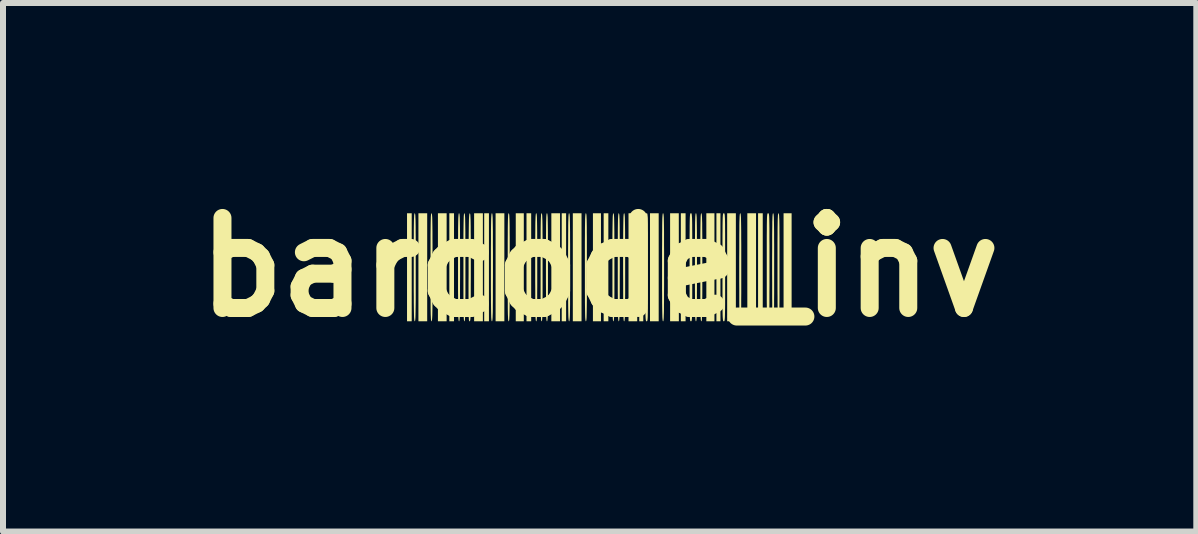
<source format=kicad_pcb>
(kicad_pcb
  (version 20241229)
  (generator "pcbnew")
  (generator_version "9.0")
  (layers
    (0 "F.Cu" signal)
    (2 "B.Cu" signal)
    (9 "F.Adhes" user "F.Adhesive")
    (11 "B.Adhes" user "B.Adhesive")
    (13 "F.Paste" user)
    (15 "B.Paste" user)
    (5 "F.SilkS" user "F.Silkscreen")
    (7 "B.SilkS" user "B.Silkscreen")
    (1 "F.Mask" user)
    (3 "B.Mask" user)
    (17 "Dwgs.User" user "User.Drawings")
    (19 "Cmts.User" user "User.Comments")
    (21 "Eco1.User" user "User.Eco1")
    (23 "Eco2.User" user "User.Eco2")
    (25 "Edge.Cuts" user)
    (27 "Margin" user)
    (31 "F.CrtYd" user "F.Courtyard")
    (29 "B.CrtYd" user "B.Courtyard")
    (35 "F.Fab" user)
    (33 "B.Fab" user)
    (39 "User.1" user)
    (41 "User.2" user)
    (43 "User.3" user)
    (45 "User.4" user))
  (footprint "barcode_inv"
    (layer "F.Cu")
    (at 6.943 1.404)
    (property "Reference" "barcode_inv" (at 0 0 0) (layer "F.SilkS") (effects (font (size 1.5 1.5) (thickness 0.3))))
    (attr board_only exclude_from_pos_files exclude_from_bom)
    (fp_poly (pts (xy -3.132 0) (xy -3.132 0.9) (xy -3.171 0.9) (xy -3.21 0.9) (xy -3.21 0) (xy -3.21 -0.9) (xy -3.171 -0.9) (xy -3.132 -0.9)) (stroke (width 0) (type solid)) (fill yes) (layer "F.SilkS"))
    (fp_poly (pts (xy -2.874 0) (xy -2.874 0.9) (xy -2.947 0.9) (xy -3.02 0.9) (xy -3.02 0) (xy -3.02 -0.9) (xy -2.947 -0.9) (xy -2.874 -0.9)) (stroke (width 0) (type solid)) (fill yes) (layer "F.SilkS"))
    (fp_poly (pts (xy -2.55 0) (xy -2.55 0.9) (xy -2.623 0.9) (xy -2.695 0.9) (xy -2.695 0) (xy -2.695 -0.9) (xy -2.623 -0.9) (xy -2.55 -0.9)) (stroke (width 0) (type solid)) (fill yes) (layer "F.SilkS"))
    (fp_poly (pts (xy -2.427 0) (xy -2.427 0.9) (xy -2.466 0.9) (xy -2.505 0.9) (xy -2.505 0) (xy -2.505 -0.9) (xy -2.466 -0.9) (xy -2.427 -0.9)) (stroke (width 0) (type solid)) (fill yes) (layer "F.SilkS"))
    (fp_poly (pts (xy -1.946 0) (xy -1.946 0.9) (xy -2.019 0.9) (xy -2.092 0.9) (xy -2.092 0) (xy -2.092 -0.9) (xy -2.019 -0.9) (xy -1.946 -0.9)) (stroke (width 0) (type solid)) (fill yes) (layer "F.SilkS"))
    (fp_poly (pts (xy -1.845 0) (xy -1.845 0.9) (xy -1.885 0.9) (xy -1.924 0.9) (xy -1.924 0) (xy -1.924 -0.9) (xy -1.885 -0.9) (xy -1.845 -0.9)) (stroke (width 0) (type solid)) (fill yes) (layer "F.SilkS"))
    (fp_poly (pts (xy -1.588 0) (xy -1.588 0.9) (xy -1.661 0.9) (xy -1.734 0.9) (xy -1.734 0) (xy -1.734 -0.9) (xy -1.661 -0.9) (xy -1.588 -0.9)) (stroke (width 0) (type solid)) (fill yes) (layer "F.SilkS"))
    (fp_poly (pts (xy -1.264 0) (xy -1.264 0.9) (xy -1.331 0.9) (xy -1.398 0.9) (xy -1.398 0) (xy -1.398 -0.9) (xy -1.331 -0.9) (xy -1.264 -0.9)) (stroke (width 0) (type solid)) (fill yes) (layer "F.SilkS"))
    (fp_poly (pts (xy -1.141 0) (xy -1.141 0.9) (xy -1.18 0.9) (xy -1.219 0.9) (xy -1.219 0) (xy -1.219 -0.9) (xy -1.18 -0.9) (xy -1.141 -0.9)) (stroke (width 0) (type solid)) (fill yes) (layer "F.SilkS"))
    (fp_poly (pts (xy -0.66 0) (xy -0.66 0.9) (xy -0.733 0.9) (xy -0.805 0.9) (xy -0.805 0) (xy -0.805 -0.9) (xy -0.733 -0.9) (xy -0.66 -0.9)) (stroke (width 0) (type solid)) (fill yes) (layer "F.SilkS"))
    (fp_poly (pts (xy -0.559 0) (xy -0.559 0.9) (xy -0.596 0.9) (xy -0.632 0.9) (xy -0.632 0) (xy -0.632 -0.9) (xy -0.596 -0.9) (xy -0.559 -0.9)) (stroke (width 0) (type solid)) (fill yes) (layer "F.SilkS"))
    (fp_poly (pts (xy -0.302 0) (xy -0.302 0.9) (xy -0.375 0.9) (xy -0.447 0.9) (xy -0.447 0) (xy -0.447 -0.9) (xy -0.375 -0.9) (xy -0.302 -0.9)) (stroke (width 0) (type solid)) (fill yes) (layer "F.SilkS"))
    (fp_poly (pts (xy 0.022 0) (xy 0.022 0.9) (xy -0.045 0.9) (xy -0.112 0.9) (xy -0.112 0) (xy -0.112 -0.9) (xy -0.045 -0.9) (xy 0.022 -0.9)) (stroke (width 0) (type solid)) (fill yes) (layer "F.SilkS"))
    (fp_poly (pts (xy 0.145 0) (xy 0.145 0.9) (xy 0.106 0.9) (xy 0.067 0.9) (xy 0.067 0) (xy 0.067 -0.9) (xy 0.106 -0.9) (xy 0.145 -0.9)) (stroke (width 0) (type solid)) (fill yes) (layer "F.SilkS"))
    (fp_poly (pts (xy 0.626 0) (xy 0.626 0.9) (xy 0.554 0.9) (xy 0.481 0.9) (xy 0.481 0) (xy 0.481 -0.9) (xy 0.554 -0.9) (xy 0.626 -0.9)) (stroke (width 0) (type solid)) (fill yes) (layer "F.SilkS"))
    (fp_poly (pts (xy 0.727 0) (xy 0.727 0.9) (xy 0.693 0.9) (xy 0.66 0.9) (xy 0.66 0) (xy 0.66 -0.9) (xy 0.693 -0.9) (xy 0.727 -0.9)) (stroke (width 0) (type solid)) (fill yes) (layer "F.SilkS"))
    (fp_poly (pts (xy 0.984 0) (xy 0.984 0.9) (xy 0.912 0.9) (xy 0.839 0.9) (xy 0.839 0) (xy 0.839 -0.9) (xy 0.912 -0.9) (xy 0.984 -0.9)) (stroke (width 0) (type solid)) (fill yes) (layer "F.SilkS"))
    (fp_poly (pts (xy 1.32 0) (xy 1.32 0.9) (xy 1.247 0.9) (xy 1.174 0.9) (xy 1.174 0) (xy 1.174 -0.9) (xy 1.247 -0.9) (xy 1.319 -0.9)) (stroke (width 0) (type solid)) (fill yes) (layer "F.SilkS"))
    (fp_poly (pts (xy 1.432 0) (xy 1.432 0.9) (xy 1.392 0.9) (xy 1.353 0.9) (xy 1.353 0) (xy 1.353 -0.9) (xy 1.392 -0.9) (xy 1.432 -0.9)) (stroke (width 0) (type solid)) (fill yes) (layer "F.SilkS"))
    (fp_poly (pts (xy 1.913 0) (xy 1.913 0.9) (xy 1.845 0.9) (xy 1.778 0.9) (xy 1.778 0) (xy 1.778 -0.9) (xy 1.845 -0.9) (xy 1.913 -0.9)) (stroke (width 0) (type solid)) (fill yes) (layer "F.SilkS"))
    (fp_poly (pts (xy 2.013 0) (xy 2.013 0.9) (xy 1.98 0.9) (xy 1.946 0.9) (xy 1.946 0) (xy 1.946 -0.9) (xy 1.98 -0.9) (xy 2.013 -0.9)) (stroke (width 0) (type solid)) (fill yes) (layer "F.SilkS"))
    (fp_poly (pts (xy 2.27 0) (xy 2.27 0.9) (xy 2.198 0.9) (xy 2.125 0.9) (xy 2.125 0) (xy 2.125 -0.9) (xy 2.198 -0.9) (xy 2.27 -0.9)) (stroke (width 0) (type solid)) (fill yes) (layer "F.SilkS"))
    (fp_poly (pts (xy 2.606 0) (xy 2.606 0.9) (xy 2.533 0.9) (xy 2.461 0.9) (xy 2.461 0) (xy 2.461 -0.9) (xy 2.533 -0.9) (xy 2.606 -0.9)) (stroke (width 0) (type solid)) (fill yes) (layer "F.SilkS"))
    (fp_poly (pts (xy 2.718 0) (xy 2.718 0.9) (xy 2.679 0.9) (xy 2.64 0.9) (xy 2.64 0) (xy 2.64 -0.9) (xy 2.679 -0.9) (xy 2.718 -0.9)) (stroke (width 0) (type solid)) (fill yes) (layer "F.SilkS"))
    (fp_poly (pts (xy 3.199 0) (xy 3.199 0.9) (xy 3.132 0.9) (xy 3.065 0.9) (xy 3.065 0) (xy 3.065 -0.9) (xy 3.132 -0.9) (xy 3.199 -0.9)) (stroke (width 0) (type solid)) (fill yes) (layer "F.SilkS"))
    (fp_poly (pts (xy -3.078 -0.898) (xy -3.076 -0.891) (xy -3.073 -0.878) (xy -3.071 -0.857) (xy -3.07 -0.828) (xy -3.068 -0.787) (xy -3.067 -0.735) (xy -3.066 -0.669) (xy -3.066 -0.589) (xy -3.065 -0.493) (xy -3.065 -0.38) (xy -3.065 -0.247) (xy -3.065 -0.095) (xy -3.065 0) (xy -3.065 0.164) (xy -3.065 0.308) (xy -3.065 0.432) (xy -3.065 0.538) (xy -3.066 0.627) (xy -3.067 0.7) (xy -3.068 0.759) (xy -3.069 0.806) (xy -3.07 0.842) (xy -3.072 0.868) (xy -3.074 0.885) (xy -3.077 0.895) (xy -3.08 0.9) (xy -3.081 0.9) (xy -3.084 0.898) (xy -3.087 0.891) (xy -3.089 0.878) (xy -3.091 0.857) (xy -3.093 0.828) (xy -3.094 0.787) (xy -3.095 0.735) (xy -3.096 0.669) (xy -3.097 0.589) (xy -3.097 0.493) (xy -3.098 0.38) (xy -3.098 0.247) (xy -3.098 0.095) (xy -3.098 0) (xy -3.098 -0.164) (xy -3.098 -0.308) (xy -3.098 -0.432) (xy -3.097 -0.538) (xy -3.097 -0.627) (xy -3.096 -0.7) (xy -3.095 -0.759) (xy -3.094 -0.806) (xy -3.092 -0.842) (xy -3.091 -0.868) (xy -3.088 -0.885) (xy -3.086 -0.895) (xy -3.083 -0.9) (xy -3.081 -0.9)) (stroke (width 0) (type solid)) (fill yes) (layer "F.SilkS"))
    (fp_poly (pts (xy -2.799 -0.898) (xy -2.796 -0.891) (xy -2.794 -0.878) (xy -2.792 -0.857) (xy -2.79 -0.828) (xy -2.789 -0.787) (xy -2.788 -0.735) (xy -2.787 -0.669) (xy -2.786 -0.589) (xy -2.786 -0.493) (xy -2.785 -0.38) (xy -2.785 -0.247) (xy -2.785 -0.095) (xy -2.785 0) (xy -2.785 0.164) (xy -2.785 0.308) (xy -2.785 0.432) (xy -2.786 0.538) (xy -2.786 0.627) (xy -2.787 0.7) (xy -2.788 0.759) (xy -2.789 0.806) (xy -2.791 0.842) (xy -2.793 0.868) (xy -2.795 0.885) (xy -2.797 0.895) (xy -2.8 0.9) (xy -2.802 0.9) (xy -2.805 0.898) (xy -2.807 0.891) (xy -2.81 0.878) (xy -2.812 0.857) (xy -2.813 0.828) (xy -2.815 0.787) (xy -2.816 0.735) (xy -2.817 0.669) (xy -2.817 0.589) (xy -2.818 0.493) (xy -2.818 0.38) (xy -2.818 0.247) (xy -2.818 0.095) (xy -2.818 0) (xy -2.818 -0.164) (xy -2.818 -0.308) (xy -2.818 -0.432) (xy -2.818 -0.538) (xy -2.817 -0.627) (xy -2.816 -0.7) (xy -2.815 -0.759) (xy -2.814 -0.806) (xy -2.813 -0.842) (xy -2.811 -0.868) (xy -2.809 -0.885) (xy -2.806 -0.895) (xy -2.803 -0.9) (xy -2.802 -0.9)) (stroke (width 0) (type solid)) (fill yes) (layer "F.SilkS"))
    (fp_poly (pts (xy -2.34 -0.898) (xy -2.337 -0.891) (xy -2.335 -0.878) (xy -2.333 -0.857) (xy -2.331 -0.828) (xy -2.33 -0.787) (xy -2.329 -0.735) (xy -2.328 -0.669) (xy -2.327 -0.589) (xy -2.327 -0.493) (xy -2.327 -0.38) (xy -2.326 -0.247) (xy -2.326 -0.095) (xy -2.326 0) (xy -2.326 0.164) (xy -2.327 0.308) (xy -2.327 0.432) (xy -2.327 0.538) (xy -2.328 0.627) (xy -2.328 0.7) (xy -2.329 0.759) (xy -2.331 0.806) (xy -2.332 0.842) (xy -2.334 0.868) (xy -2.336 0.885) (xy -2.339 0.895) (xy -2.341 0.9) (xy -2.343 0.9) (xy -2.346 0.898) (xy -2.349 0.891) (xy -2.351 0.878) (xy -2.353 0.857) (xy -2.355 0.828) (xy -2.356 0.787) (xy -2.357 0.735) (xy -2.358 0.669) (xy -2.359 0.589) (xy -2.359 0.493) (xy -2.36 0.38) (xy -2.36 0.247) (xy -2.36 0.095) (xy -2.36 0) (xy -2.36 -0.164) (xy -2.36 -0.308) (xy -2.36 -0.432) (xy -2.359 -0.538) (xy -2.359 -0.627) (xy -2.358 -0.7) (xy -2.357 -0.759) (xy -2.356 -0.806) (xy -2.354 -0.842) (xy -2.352 -0.868) (xy -2.35 -0.885) (xy -2.348 -0.895) (xy -2.345 -0.9) (xy -2.343 -0.9)) (stroke (width 0) (type solid)) (fill yes) (layer "F.SilkS"))
    (fp_poly (pts (xy -2.251 -0.898) (xy -2.248 -0.891) (xy -2.246 -0.878) (xy -2.244 -0.857) (xy -2.242 -0.828) (xy -2.241 -0.787) (xy -2.24 -0.735) (xy -2.239 -0.669) (xy -2.238 -0.589) (xy -2.238 -0.493) (xy -2.237 -0.38) (xy -2.237 -0.247) (xy -2.237 -0.095) (xy -2.237 0) (xy -2.237 0.164) (xy -2.237 0.308) (xy -2.237 0.432) (xy -2.238 0.538) (xy -2.238 0.627) (xy -2.239 0.7) (xy -2.24 0.759) (xy -2.241 0.806) (xy -2.243 0.842) (xy -2.244 0.868) (xy -2.247 0.885) (xy -2.249 0.895) (xy -2.252 0.9) (xy -2.254 0.9) (xy -2.257 0.898) (xy -2.259 0.891) (xy -2.262 0.878) (xy -2.264 0.857) (xy -2.265 0.828) (xy -2.267 0.787) (xy -2.268 0.735) (xy -2.269 0.669) (xy -2.269 0.589) (xy -2.27 0.493) (xy -2.27 0.38) (xy -2.27 0.247) (xy -2.27 0.095) (xy -2.27 0) (xy -2.27 -0.164) (xy -2.27 -0.308) (xy -2.27 -0.432) (xy -2.27 -0.538) (xy -2.269 -0.627) (xy -2.268 -0.7) (xy -2.267 -0.759) (xy -2.266 -0.806) (xy -2.265 -0.842) (xy -2.263 -0.868) (xy -2.261 -0.885) (xy -2.258 -0.895) (xy -2.255 -0.9) (xy -2.254 -0.9)) (stroke (width 0) (type solid)) (fill yes) (layer "F.SilkS"))
    (fp_poly (pts (xy -1.792 -0.898) (xy -1.789 -0.891) (xy -1.787 -0.878) (xy -1.785 -0.857) (xy -1.783 -0.828) (xy -1.782 -0.787) (xy -1.781 -0.735) (xy -1.78 -0.669) (xy -1.779 -0.589) (xy -1.779 -0.493) (xy -1.779 -0.38) (xy -1.778 -0.247) (xy -1.778 -0.095) (xy -1.778 0) (xy -1.778 0.164) (xy -1.779 0.308) (xy -1.779 0.432) (xy -1.779 0.538) (xy -1.78 0.627) (xy -1.78 0.7) (xy -1.781 0.759) (xy -1.783 0.806) (xy -1.784 0.842) (xy -1.786 0.868) (xy -1.788 0.885) (xy -1.791 0.895) (xy -1.793 0.9) (xy -1.795 0.9) (xy -1.798 0.898) (xy -1.801 0.891) (xy -1.803 0.878) (xy -1.805 0.857) (xy -1.807 0.828) (xy -1.808 0.787) (xy -1.809 0.735) (xy -1.81 0.669) (xy -1.811 0.589) (xy -1.811 0.493) (xy -1.812 0.38) (xy -1.812 0.247) (xy -1.812 0.095) (xy -1.812 0) (xy -1.812 -0.164) (xy -1.812 -0.308) (xy -1.811 -0.432) (xy -1.811 -0.538) (xy -1.811 -0.627) (xy -1.81 -0.7) (xy -1.809 -0.759) (xy -1.808 -0.806) (xy -1.806 -0.842) (xy -1.804 -0.868) (xy -1.802 -0.885) (xy -1.8 -0.895) (xy -1.797 -0.9) (xy -1.795 -0.9)) (stroke (width 0) (type solid)) (fill yes) (layer "F.SilkS"))
    (fp_poly (pts (xy -1.512 -0.898) (xy -1.51 -0.891) (xy -1.507 -0.878) (xy -1.505 -0.857) (xy -1.504 -0.828) (xy -1.502 -0.787) (xy -1.501 -0.735) (xy -1.5 -0.669) (xy -1.5 -0.589) (xy -1.499 -0.493) (xy -1.499 -0.38) (xy -1.499 -0.247) (xy -1.499 -0.095) (xy -1.499 0) (xy -1.499 0.164) (xy -1.499 0.308) (xy -1.499 0.432) (xy -1.5 0.538) (xy -1.5 0.627) (xy -1.501 0.7) (xy -1.502 0.759) (xy -1.503 0.806) (xy -1.505 0.842) (xy -1.506 0.868) (xy -1.508 0.885) (xy -1.511 0.895) (xy -1.514 0.9) (xy -1.516 0.9) (xy -1.519 0.898) (xy -1.521 0.891) (xy -1.524 0.878) (xy -1.526 0.857) (xy -1.527 0.828) (xy -1.529 0.787) (xy -1.53 0.735) (xy -1.531 0.669) (xy -1.531 0.589) (xy -1.532 0.493) (xy -1.532 0.38) (xy -1.532 0.247) (xy -1.532 0.095) (xy -1.532 0) (xy -1.532 -0.164) (xy -1.532 -0.308) (xy -1.532 -0.432) (xy -1.531 -0.538) (xy -1.531 -0.627) (xy -1.53 -0.7) (xy -1.529 -0.759) (xy -1.528 -0.806) (xy -1.526 -0.842) (xy -1.525 -0.868) (xy -1.523 -0.885) (xy -1.52 -0.895) (xy -1.517 -0.9) (xy -1.516 -0.9)) (stroke (width 0) (type solid)) (fill yes) (layer "F.SilkS"))
    (fp_poly (pts (xy -1.054 -0.898) (xy -1.051 -0.891) (xy -1.049 -0.878) (xy -1.047 -0.857) (xy -1.045 -0.828) (xy -1.044 -0.787) (xy -1.043 -0.735) (xy -1.042 -0.669) (xy -1.041 -0.589) (xy -1.041 -0.493) (xy -1.04 -0.38) (xy -1.04 -0.247) (xy -1.04 -0.095) (xy -1.04 0) (xy -1.04 0.164) (xy -1.04 0.308) (xy -1.041 0.432) (xy -1.041 0.538) (xy -1.042 0.627) (xy -1.042 0.7) (xy -1.043 0.759) (xy -1.044 0.806) (xy -1.046 0.842) (xy -1.048 0.868) (xy -1.05 0.885) (xy -1.052 0.895) (xy -1.055 0.9) (xy -1.057 0.9) (xy -1.06 0.898) (xy -1.063 0.891) (xy -1.065 0.878) (xy -1.067 0.857) (xy -1.069 0.828) (xy -1.07 0.787) (xy -1.071 0.735) (xy -1.072 0.669) (xy -1.073 0.589) (xy -1.073 0.493) (xy -1.073 0.38) (xy -1.074 0.247) (xy -1.074 0.095) (xy -1.074 0) (xy -1.074 -0.164) (xy -1.074 -0.308) (xy -1.073 -0.432) (xy -1.073 -0.538) (xy -1.072 -0.627) (xy -1.072 -0.7) (xy -1.071 -0.759) (xy -1.069 -0.806) (xy -1.068 -0.842) (xy -1.066 -0.868) (xy -1.064 -0.885) (xy -1.062 -0.895) (xy -1.059 -0.9) (xy -1.057 -0.9)) (stroke (width 0) (type solid)) (fill yes) (layer "F.SilkS"))
    (fp_poly (pts (xy -0.964 -0.898) (xy -0.962 -0.891) (xy -0.959 -0.878) (xy -0.957 -0.857) (xy -0.956 -0.828) (xy -0.954 -0.787) (xy -0.953 -0.735) (xy -0.952 -0.669) (xy -0.952 -0.589) (xy -0.951 -0.493) (xy -0.951 -0.38) (xy -0.951 -0.247) (xy -0.951 -0.095) (xy -0.951 0) (xy -0.951 0.164) (xy -0.951 0.308) (xy -0.951 0.432) (xy -0.951 0.538) (xy -0.952 0.627) (xy -0.953 0.7) (xy -0.954 0.759) (xy -0.955 0.806) (xy -0.956 0.842) (xy -0.958 0.868) (xy -0.96 0.885) (xy -0.963 0.895) (xy -0.966 0.9) (xy -0.967 0.9) (xy -0.971 0.898) (xy -0.973 0.891) (xy -0.976 0.878) (xy -0.977 0.857) (xy -0.979 0.828) (xy -0.981 0.787) (xy -0.982 0.735) (xy -0.982 0.669) (xy -0.983 0.589) (xy -0.984 0.493) (xy -0.984 0.38) (xy -0.984 0.247) (xy -0.984 0.095) (xy -0.984 0) (xy -0.984 -0.164) (xy -0.984 -0.308) (xy -0.984 -0.432) (xy -0.983 -0.538) (xy -0.983 -0.627) (xy -0.982 -0.7) (xy -0.981 -0.759) (xy -0.98 -0.806) (xy -0.978 -0.842) (xy -0.977 -0.868) (xy -0.975 -0.885) (xy -0.972 -0.895) (xy -0.969 -0.9) (xy -0.967 -0.9)) (stroke (width 0) (type solid)) (fill yes) (layer "F.SilkS"))
    (fp_poly (pts (xy -0.875 -0.898) (xy -0.872 -0.891) (xy -0.87 -0.878) (xy -0.868 -0.857) (xy -0.866 -0.828) (xy -0.865 -0.787) (xy -0.864 -0.735) (xy -0.863 -0.669) (xy -0.862 -0.589) (xy -0.862 -0.493) (xy -0.861 -0.38) (xy -0.861 -0.247) (xy -0.861 -0.095) (xy -0.861 0) (xy -0.861 0.164) (xy -0.861 0.308) (xy -0.862 0.432) (xy -0.862 0.538) (xy -0.863 0.627) (xy -0.863 0.7) (xy -0.864 0.759) (xy -0.866 0.806) (xy -0.867 0.842) (xy -0.869 0.868) (xy -0.871 0.885) (xy -0.873 0.895) (xy -0.876 0.9) (xy -0.878 0.9) (xy -0.881 0.898) (xy -0.884 0.891) (xy -0.886 0.878) (xy -0.888 0.857) (xy -0.89 0.828) (xy -0.891 0.787) (xy -0.892 0.735) (xy -0.893 0.669) (xy -0.894 0.589) (xy -0.894 0.493) (xy -0.894 0.38) (xy -0.895 0.247) (xy -0.895 0.095) (xy -0.895 0) (xy -0.895 -0.164) (xy -0.895 -0.308) (xy -0.894 -0.432) (xy -0.894 -0.538) (xy -0.893 -0.627) (xy -0.893 -0.7) (xy -0.892 -0.759) (xy -0.89 -0.806) (xy -0.889 -0.842) (xy -0.887 -0.868) (xy -0.885 -0.885) (xy -0.883 -0.895) (xy -0.88 -0.9) (xy -0.878 -0.9)) (stroke (width 0) (type solid)) (fill yes) (layer "F.SilkS"))
    (fp_poly (pts (xy -0.506 -0.898) (xy -0.503 -0.891) (xy -0.501 -0.878) (xy -0.499 -0.857) (xy -0.497 -0.828) (xy -0.496 -0.787) (xy -0.495 -0.735) (xy -0.494 -0.669) (xy -0.493 -0.589) (xy -0.493 -0.493) (xy -0.492 -0.38) (xy -0.492 -0.247) (xy -0.492 -0.095) (xy -0.492 0) (xy -0.492 0.164) (xy -0.492 0.308) (xy -0.493 0.432) (xy -0.493 0.538) (xy -0.493 0.627) (xy -0.494 0.7) (xy -0.495 0.759) (xy -0.496 0.806) (xy -0.498 0.842) (xy -0.5 0.868) (xy -0.502 0.885) (xy -0.504 0.895) (xy -0.507 0.9) (xy -0.509 0.9) (xy -0.512 0.898) (xy -0.515 0.891) (xy -0.517 0.878) (xy -0.519 0.857) (xy -0.521 0.828) (xy -0.522 0.787) (xy -0.523 0.735) (xy -0.524 0.669) (xy -0.525 0.589) (xy -0.525 0.493) (xy -0.525 0.38) (xy -0.526 0.247) (xy -0.526 0.095) (xy -0.526 0) (xy -0.526 -0.164) (xy -0.526 -0.308) (xy -0.525 -0.432) (xy -0.525 -0.538) (xy -0.524 -0.627) (xy -0.524 -0.7) (xy -0.523 -0.759) (xy -0.521 -0.806) (xy -0.52 -0.842) (xy -0.518 -0.868) (xy -0.516 -0.885) (xy -0.514 -0.895) (xy -0.511 -0.9) (xy -0.509 -0.9)) (stroke (width 0) (type solid)) (fill yes) (layer "F.SilkS"))
    (fp_poly (pts (xy -0.226 -0.898) (xy -0.224 -0.891) (xy -0.221 -0.878) (xy -0.219 -0.857) (xy -0.218 -0.828) (xy -0.216 -0.787) (xy -0.215 -0.735) (xy -0.214 -0.669) (xy -0.214 -0.589) (xy -0.213 -0.493) (xy -0.213 -0.38) (xy -0.213 -0.247) (xy -0.213 -0.095) (xy -0.213 0) (xy -0.213 0.164) (xy -0.213 0.308) (xy -0.213 0.432) (xy -0.213 0.538) (xy -0.214 0.627) (xy -0.215 0.7) (xy -0.216 0.759) (xy -0.217 0.806) (xy -0.218 0.842) (xy -0.22 0.868) (xy -0.222 0.885) (xy -0.225 0.895) (xy -0.228 0.9) (xy -0.229 0.9) (xy -0.232 0.898) (xy -0.235 0.891) (xy -0.237 0.878) (xy -0.239 0.857) (xy -0.241 0.828) (xy -0.242 0.787) (xy -0.243 0.735) (xy -0.244 0.669) (xy -0.245 0.589) (xy -0.245 0.493) (xy -0.246 0.38) (xy -0.246 0.247) (xy -0.246 0.095) (xy -0.246 0) (xy -0.246 -0.164) (xy -0.246 -0.308) (xy -0.246 -0.432) (xy -0.245 -0.538) (xy -0.245 -0.627) (xy -0.244 -0.7) (xy -0.243 -0.759) (xy -0.242 -0.806) (xy -0.24 -0.842) (xy -0.238 -0.868) (xy -0.236 -0.885) (xy -0.234 -0.895) (xy -0.231 -0.9) (xy -0.229 -0.9)) (stroke (width 0) (type solid)) (fill yes) (layer "F.SilkS"))
    (fp_poly (pts (xy 0.232 -0.898) (xy 0.235 -0.891) (xy 0.237 -0.878) (xy 0.239 -0.857) (xy 0.241 -0.828) (xy 0.242 -0.787) (xy 0.243 -0.735) (xy 0.244 -0.669) (xy 0.245 -0.589) (xy 0.245 -0.493) (xy 0.246 -0.38) (xy 0.246 -0.247) (xy 0.246 -0.095) (xy 0.246 0) (xy 0.246 0.164) (xy 0.246 0.308) (xy 0.246 0.432) (xy 0.245 0.538) (xy 0.245 0.627) (xy 0.244 0.7) (xy 0.243 0.759) (xy 0.242 0.806) (xy 0.24 0.842) (xy 0.238 0.868) (xy 0.236 0.885) (xy 0.234 0.895) (xy 0.231 0.9) (xy 0.229 0.9) (xy 0.226 0.898) (xy 0.224 0.891) (xy 0.221 0.878) (xy 0.219 0.857) (xy 0.218 0.828) (xy 0.216 0.787) (xy 0.215 0.735) (xy 0.214 0.669) (xy 0.214 0.589) (xy 0.213 0.493) (xy 0.213 0.38) (xy 0.213 0.247) (xy 0.213 0.095) (xy 0.213 0) (xy 0.213 -0.164) (xy 0.213 -0.308) (xy 0.213 -0.432) (xy 0.213 -0.538) (xy 0.214 -0.627) (xy 0.215 -0.7) (xy 0.216 -0.759) (xy 0.217 -0.806) (xy 0.218 -0.842) (xy 0.22 -0.868) (xy 0.222 -0.885) (xy 0.225 -0.895) (xy 0.228 -0.9) (xy 0.229 -0.9)) (stroke (width 0) (type solid)) (fill yes) (layer "F.SilkS"))
    (fp_poly (pts (xy 0.322 -0.898) (xy 0.324 -0.891) (xy 0.327 -0.878) (xy 0.329 -0.857) (xy 0.33 -0.828) (xy 0.332 -0.787) (xy 0.333 -0.735) (xy 0.334 -0.669) (xy 0.334 -0.589) (xy 0.335 -0.493) (xy 0.335 -0.38) (xy 0.335 -0.247) (xy 0.336 -0.095) (xy 0.336 0) (xy 0.335 0.164) (xy 0.335 0.308) (xy 0.335 0.432) (xy 0.335 0.538) (xy 0.334 0.627) (xy 0.333 0.7) (xy 0.332 0.759) (xy 0.331 0.806) (xy 0.33 0.842) (xy 0.328 0.868) (xy 0.326 0.885) (xy 0.323 0.895) (xy 0.321 0.9) (xy 0.319 0.9) (xy 0.316 0.898) (xy 0.313 0.891) (xy 0.311 0.878) (xy 0.309 0.857) (xy 0.307 0.828) (xy 0.306 0.787) (xy 0.305 0.735) (xy 0.304 0.669) (xy 0.303 0.589) (xy 0.303 0.493) (xy 0.302 0.38) (xy 0.302 0.247) (xy 0.302 0.095) (xy 0.302 0) (xy 0.302 -0.164) (xy 0.302 -0.308) (xy 0.302 -0.432) (xy 0.303 -0.538) (xy 0.303 -0.627) (xy 0.304 -0.7) (xy 0.305 -0.759) (xy 0.306 -0.806) (xy 0.308 -0.842) (xy 0.31 -0.868) (xy 0.312 -0.885) (xy 0.314 -0.895) (xy 0.317 -0.9) (xy 0.319 -0.9)) (stroke (width 0) (type solid)) (fill yes) (layer "F.SilkS"))
    (fp_poly (pts (xy 0.411 -0.898) (xy 0.414 -0.891) (xy 0.416 -0.878) (xy 0.418 -0.857) (xy 0.42 -0.828) (xy 0.421 -0.787) (xy 0.422 -0.735) (xy 0.423 -0.669) (xy 0.424 -0.589) (xy 0.424 -0.493) (xy 0.425 -0.38) (xy 0.425 -0.247) (xy 0.425 -0.095) (xy 0.425 0) (xy 0.425 0.164) (xy 0.425 0.308) (xy 0.425 0.432) (xy 0.424 0.538) (xy 0.424 0.627) (xy 0.423 0.7) (xy 0.422 0.759) (xy 0.421 0.806) (xy 0.419 0.842) (xy 0.417 0.868) (xy 0.415 0.885) (xy 0.413 0.895) (xy 0.41 0.9) (xy 0.408 0.9) (xy 0.405 0.898) (xy 0.402 0.891) (xy 0.4 0.878) (xy 0.398 0.857) (xy 0.397 0.828) (xy 0.395 0.787) (xy 0.394 0.735) (xy 0.393 0.669) (xy 0.393 0.589) (xy 0.392 0.493) (xy 0.392 0.38) (xy 0.392 0.247) (xy 0.391 0.095) (xy 0.391 0) (xy 0.391 -0.164) (xy 0.392 -0.308) (xy 0.392 -0.432) (xy 0.392 -0.538) (xy 0.393 -0.627) (xy 0.394 -0.7) (xy 0.395 -0.759) (xy 0.396 -0.806) (xy 0.397 -0.842) (xy 0.399 -0.868) (xy 0.401 -0.885) (xy 0.404 -0.895) (xy 0.406 -0.9) (xy 0.408 -0.9)) (stroke (width 0) (type solid)) (fill yes) (layer "F.SilkS"))
    (fp_poly (pts (xy 1.06 -0.898) (xy 1.063 -0.891) (xy 1.065 -0.878) (xy 1.067 -0.857) (xy 1.069 -0.828) (xy 1.07 -0.787) (xy 1.071 -0.735) (xy 1.072 -0.669) (xy 1.073 -0.589) (xy 1.073 -0.493) (xy 1.073 -0.38) (xy 1.074 -0.247) (xy 1.074 -0.095) (xy 1.074 0) (xy 1.074 0.164) (xy 1.074 0.308) (xy 1.073 0.432) (xy 1.073 0.538) (xy 1.072 0.627) (xy 1.072 0.7) (xy 1.071 0.759) (xy 1.069 0.806) (xy 1.068 0.842) (xy 1.066 0.868) (xy 1.064 0.885) (xy 1.062 0.895) (xy 1.059 0.9) (xy 1.057 0.9) (xy 1.054 0.898) (xy 1.051 0.891) (xy 1.049 0.878) (xy 1.047 0.857) (xy 1.045 0.828) (xy 1.044 0.787) (xy 1.043 0.735) (xy 1.042 0.669) (xy 1.041 0.589) (xy 1.041 0.493) (xy 1.04 0.38) (xy 1.04 0.247) (xy 1.04 0.095) (xy 1.04 0) (xy 1.04 -0.164) (xy 1.04 -0.308) (xy 1.041 -0.432) (xy 1.041 -0.538) (xy 1.042 -0.627) (xy 1.042 -0.7) (xy 1.043 -0.759) (xy 1.044 -0.806) (xy 1.046 -0.842) (xy 1.048 -0.868) (xy 1.05 -0.885) (xy 1.052 -0.895) (xy 1.055 -0.9) (xy 1.057 -0.9)) (stroke (width 0) (type solid)) (fill yes) (layer "F.SilkS"))
    (fp_poly (pts (xy 1.608 -0.898) (xy 1.611 -0.891) (xy 1.613 -0.878) (xy 1.615 -0.857) (xy 1.617 -0.828) (xy 1.618 -0.787) (xy 1.619 -0.735) (xy 1.62 -0.669) (xy 1.621 -0.589) (xy 1.621 -0.493) (xy 1.621 -0.38) (xy 1.622 -0.247) (xy 1.622 -0.095) (xy 1.622 0) (xy 1.622 0.164) (xy 1.622 0.308) (xy 1.621 0.432) (xy 1.621 0.538) (xy 1.62 0.627) (xy 1.62 0.7) (xy 1.619 0.759) (xy 1.617 0.806) (xy 1.616 0.842) (xy 1.614 0.868) (xy 1.612 0.885) (xy 1.61 0.895) (xy 1.607 0.9) (xy 1.605 0.9) (xy 1.602 0.898) (xy 1.599 0.891) (xy 1.597 0.878) (xy 1.595 0.857) (xy 1.593 0.828) (xy 1.592 0.787) (xy 1.591 0.735) (xy 1.59 0.669) (xy 1.589 0.589) (xy 1.589 0.493) (xy 1.588 0.38) (xy 1.588 0.247) (xy 1.588 0.095) (xy 1.588 0) (xy 1.588 -0.164) (xy 1.588 -0.308) (xy 1.589 -0.432) (xy 1.589 -0.538) (xy 1.59 -0.627) (xy 1.59 -0.7) (xy 1.591 -0.759) (xy 1.593 -0.806) (xy 1.594 -0.842) (xy 1.596 -0.868) (xy 1.598 -0.885) (xy 1.6 -0.895) (xy 1.603 -0.9) (xy 1.605 -0.9)) (stroke (width 0) (type solid)) (fill yes) (layer "F.SilkS"))
    (fp_poly (pts (xy 1.698 -0.898) (xy 1.7 -0.891) (xy 1.702 -0.878) (xy 1.704 -0.857) (xy 1.706 -0.828) (xy 1.707 -0.787) (xy 1.709 -0.735) (xy 1.709 -0.669) (xy 1.71 -0.589) (xy 1.711 -0.493) (xy 1.711 -0.38) (xy 1.711 -0.247) (xy 1.711 -0.095) (xy 1.711 0) (xy 1.711 0.164) (xy 1.711 0.308) (xy 1.711 0.432) (xy 1.71 0.538) (xy 1.71 0.627) (xy 1.709 0.7) (xy 1.708 0.759) (xy 1.707 0.806) (xy 1.705 0.842) (xy 1.704 0.868) (xy 1.702 0.885) (xy 1.699 0.895) (xy 1.696 0.9) (xy 1.694 0.9) (xy 1.691 0.898) (xy 1.689 0.891) (xy 1.686 0.878) (xy 1.684 0.857) (xy 1.683 0.828) (xy 1.681 0.787) (xy 1.68 0.735) (xy 1.679 0.669) (xy 1.679 0.589) (xy 1.678 0.493) (xy 1.678 0.38) (xy 1.678 0.247) (xy 1.678 0.095) (xy 1.678 0) (xy 1.678 -0.164) (xy 1.678 -0.308) (xy 1.678 -0.432) (xy 1.678 -0.538) (xy 1.679 -0.627) (xy 1.68 -0.7) (xy 1.681 -0.759) (xy 1.682 -0.806) (xy 1.683 -0.842) (xy 1.685 -0.868) (xy 1.687 -0.885) (xy 1.69 -0.895) (xy 1.693 -0.9) (xy 1.694 -0.9)) (stroke (width 0) (type solid)) (fill yes) (layer "F.SilkS"))
    (fp_poly (pts (xy 2.346 -0.898) (xy 2.349 -0.891) (xy 2.351 -0.878) (xy 2.353 -0.857) (xy 2.355 -0.828) (xy 2.356 -0.787) (xy 2.357 -0.735) (xy 2.358 -0.669) (xy 2.359 -0.589) (xy 2.359 -0.493) (xy 2.36 -0.38) (xy 2.36 -0.247) (xy 2.36 -0.095) (xy 2.36 0) (xy 2.36 0.164) (xy 2.36 0.308) (xy 2.36 0.432) (xy 2.359 0.538) (xy 2.359 0.627) (xy 2.358 0.7) (xy 2.357 0.759) (xy 2.356 0.806) (xy 2.354 0.842) (xy 2.352 0.868) (xy 2.35 0.885) (xy 2.348 0.895) (xy 2.345 0.9) (xy 2.343 0.9) (xy 2.34 0.898) (xy 2.337 0.891) (xy 2.335 0.878) (xy 2.333 0.857) (xy 2.331 0.828) (xy 2.33 0.787) (xy 2.329 0.735) (xy 2.328 0.669) (xy 2.327 0.589) (xy 2.327 0.493) (xy 2.327 0.38) (xy 2.326 0.247) (xy 2.326 0.095) (xy 2.326 0) (xy 2.326 -0.164) (xy 2.327 -0.308) (xy 2.327 -0.432) (xy 2.327 -0.538) (xy 2.328 -0.627) (xy 2.328 -0.7) (xy 2.329 -0.759) (xy 2.331 -0.806) (xy 2.332 -0.842) (xy 2.334 -0.868) (xy 2.336 -0.885) (xy 2.339 -0.895) (xy 2.341 -0.9) (xy 2.343 -0.9)) (stroke (width 0) (type solid)) (fill yes) (layer "F.SilkS"))
    (fp_poly (pts (xy 2.894 -0.898) (xy 2.897 -0.891) (xy 2.899 -0.878) (xy 2.901 -0.857) (xy 2.903 -0.828) (xy 2.904 -0.787) (xy 2.905 -0.735) (xy 2.906 -0.669) (xy 2.907 -0.589) (xy 2.907 -0.493) (xy 2.908 -0.38) (xy 2.908 -0.247) (xy 2.908 -0.095) (xy 2.908 0) (xy 2.908 0.164) (xy 2.908 0.308) (xy 2.908 0.432) (xy 2.907 0.538) (xy 2.907 0.627) (xy 2.906 0.7) (xy 2.905 0.759) (xy 2.904 0.806) (xy 2.902 0.842) (xy 2.9 0.868) (xy 2.898 0.885) (xy 2.896 0.895) (xy 2.893 0.9) (xy 2.891 0.9) (xy 2.888 0.898) (xy 2.885 0.891) (xy 2.883 0.878) (xy 2.881 0.857) (xy 2.88 0.828) (xy 2.878 0.787) (xy 2.877 0.735) (xy 2.876 0.669) (xy 2.876 0.589) (xy 2.875 0.493) (xy 2.875 0.38) (xy 2.875 0.247) (xy 2.874 0.095) (xy 2.874 0) (xy 2.874 -0.164) (xy 2.875 -0.308) (xy 2.875 -0.432) (xy 2.875 -0.538) (xy 2.876 -0.627) (xy 2.877 -0.7) (xy 2.877 -0.759) (xy 2.879 -0.806) (xy 2.88 -0.842) (xy 2.882 -0.868) (xy 2.884 -0.885) (xy 2.887 -0.895) (xy 2.889 -0.9) (xy 2.891 -0.9)) (stroke (width 0) (type solid)) (fill yes) (layer "F.SilkS"))
    (fp_poly (pts (xy 2.984 -0.898) (xy 2.986 -0.891) (xy 2.989 -0.878) (xy 2.991 -0.857) (xy 2.992 -0.828) (xy 2.994 -0.787) (xy 2.995 -0.735) (xy 2.996 -0.669) (xy 2.996 -0.589) (xy 2.997 -0.493) (xy 2.997 -0.38) (xy 2.997 -0.247) (xy 2.997 -0.095) (xy 2.997 0) (xy 2.997 0.164) (xy 2.997 0.308) (xy 2.997 0.432) (xy 2.997 0.538) (xy 2.996 0.627) (xy 2.995 0.7) (xy 2.994 0.759) (xy 2.993 0.806) (xy 2.992 0.842) (xy 2.99 0.868) (xy 2.988 0.885) (xy 2.985 0.895) (xy 2.982 0.9) (xy 2.981 0.9) (xy 2.978 0.898) (xy 2.975 0.891) (xy 2.973 0.878) (xy 2.971 0.857) (xy 2.969 0.828) (xy 2.968 0.787) (xy 2.967 0.735) (xy 2.966 0.669) (xy 2.965 0.589) (xy 2.965 0.493) (xy 2.964 0.38) (xy 2.964 0.247) (xy 2.964 0.095) (xy 2.964 0) (xy 2.964 -0.164) (xy 2.964 -0.308) (xy 2.964 -0.432) (xy 2.965 -0.538) (xy 2.965 -0.627) (xy 2.966 -0.7) (xy 2.967 -0.759) (xy 2.968 -0.806) (xy 2.97 -0.842) (xy 2.971 -0.868) (xy 2.974 -0.885) (xy 2.976 -0.895) (xy 2.979 -0.9) (xy 2.981 -0.9)) (stroke (width 0) (type solid)) (fill yes) (layer "F.SilkS"))
    (fp_poly (pts (xy -2.161 -0.897) (xy -2.159 -0.892) (xy -2.156 -0.88) (xy -2.154 -0.861) (xy -2.153 -0.833) (xy -2.151 -0.795) (xy -2.15 -0.746) (xy -2.149 -0.684) (xy -2.149 -0.607) (xy -2.148 -0.514) (xy -2.148 -0.405) (xy -2.148 -0.277) (xy -2.147 -0.129) (xy -2.147 -0.001) (xy -2.147 0.162) (xy -2.148 0.305) (xy -2.148 0.428) (xy -2.148 0.532) (xy -2.148 0.62) (xy -2.149 0.693) (xy -2.15 0.752) (xy -2.151 0.799) (xy -2.152 0.835) (xy -2.154 0.861) (xy -2.156 0.879) (xy -2.159 0.891) (xy -2.161 0.897) (xy -2.165 0.9) (xy -2.167 0.9) (xy -2.171 0.899) (xy -2.174 0.896) (xy -2.176 0.888) (xy -2.179 0.874) (xy -2.18 0.853) (xy -2.182 0.824) (xy -2.183 0.785) (xy -2.184 0.734) (xy -2.185 0.67) (xy -2.185 0.592) (xy -2.185 0.499) (xy -2.185 0.388) (xy -2.185 0.259) (xy -2.184 0.109) (xy -2.184 0.003) (xy -2.184 -0.161) (xy -2.183 -0.304) (xy -2.183 -0.428) (xy -2.182 -0.533) (xy -2.181 -0.622) (xy -2.18 -0.695) (xy -2.179 -0.755) (xy -2.178 -0.802) (xy -2.176 -0.837) (xy -2.174 -0.863) (xy -2.172 -0.881) (xy -2.17 -0.892) (xy -2.167 -0.897) (xy -2.165 -0.898)) (stroke (width 0) (type solid)) (fill yes) (layer "F.SilkS"))
    (fp_poly (pts (xy 0.787 -0.9) (xy 0.79 -0.898) (xy 0.794 -0.893) (xy 0.796 -0.883) (xy 0.798 -0.868) (xy 0.8 -0.845) (xy 0.802 -0.813) (xy 0.803 -0.772) (xy 0.804 -0.718) (xy 0.804 -0.651) (xy 0.805 -0.57) (xy 0.805 -0.472) (xy 0.805 -0.357) (xy 0.805 -0.224) (xy 0.805 -0.07) (xy 0.805 0) (xy 0.805 0.163) (xy 0.805 0.305) (xy 0.805 0.427) (xy 0.805 0.532) (xy 0.804 0.619) (xy 0.804 0.692) (xy 0.803 0.751) (xy 0.802 0.798) (xy 0.801 0.833) (xy 0.799 0.86) (xy 0.797 0.878) (xy 0.795 0.89) (xy 0.792 0.896) (xy 0.788 0.899) (xy 0.785 0.9) (xy 0.783 0.9) (xy 0.779 0.9) (xy 0.775 0.898) (xy 0.772 0.893) (xy 0.77 0.883) (xy 0.768 0.868) (xy 0.766 0.845) (xy 0.764 0.813) (xy 0.763 0.772) (xy 0.762 0.718) (xy 0.762 0.651) (xy 0.761 0.57) (xy 0.761 0.472) (xy 0.761 0.357) (xy 0.761 0.224) (xy 0.761 0.07) (xy 0.761 0) (xy 0.761 -0.163) (xy 0.761 -0.305) (xy 0.761 -0.427) (xy 0.761 -0.532) (xy 0.761 -0.619) (xy 0.762 -0.692) (xy 0.763 -0.751) (xy 0.764 -0.798) (xy 0.765 -0.833) (xy 0.767 -0.86) (xy 0.769 -0.878) (xy 0.771 -0.89) (xy 0.774 -0.896) (xy 0.777 -0.899) (xy 0.781 -0.9) (xy 0.783 -0.9)) (stroke (width 0) (type solid)) (fill yes) (layer "F.SilkS"))
    (fp_poly (pts (xy 1.525 -0.9) (xy 1.529 -0.898) (xy 1.532 -0.893) (xy 1.534 -0.883) (xy 1.536 -0.868) (xy 1.538 -0.845) (xy 1.54 -0.813) (xy 1.541 -0.772) (xy 1.542 -0.718) (xy 1.542 -0.651) (xy 1.543 -0.57) (xy 1.543 -0.472) (xy 1.543 -0.357) (xy 1.543 -0.224) (xy 1.543 -0.07) (xy 1.543 0) (xy 1.543 0.163) (xy 1.543 0.305) (xy 1.543 0.427) (xy 1.543 0.532) (xy 1.543 0.619) (xy 1.542 0.692) (xy 1.541 0.751) (xy 1.54 0.798) (xy 1.539 0.833) (xy 1.537 0.86) (xy 1.535 0.878) (xy 1.533 0.89) (xy 1.53 0.896) (xy 1.527 0.899) (xy 1.523 0.9) (xy 1.521 0.9) (xy 1.517 0.9) (xy 1.514 0.898) (xy 1.51 0.893) (xy 1.508 0.883) (xy 1.506 0.868) (xy 1.504 0.845) (xy 1.502 0.813) (xy 1.501 0.772) (xy 1.5 0.718) (xy 1.5 0.651) (xy 1.499 0.57) (xy 1.499 0.472) (xy 1.499 0.357) (xy 1.499 0.224) (xy 1.499 0.07) (xy 1.499 0) (xy 1.499 -0.163) (xy 1.499 -0.305) (xy 1.499 -0.427) (xy 1.499 -0.532) (xy 1.5 -0.619) (xy 1.5 -0.692) (xy 1.501 -0.751) (xy 1.502 -0.798) (xy 1.503 -0.833) (xy 1.505 -0.86) (xy 1.507 -0.878) (xy 1.509 -0.89) (xy 1.512 -0.896) (xy 1.516 -0.899) (xy 1.519 -0.9) (xy 1.521 -0.9)) (stroke (width 0) (type solid)) (fill yes) (layer "F.SilkS"))
    (fp_poly (pts (xy 2.073 -0.9) (xy 2.077 -0.898) (xy 2.08 -0.893) (xy 2.082 -0.883) (xy 2.085 -0.868) (xy 2.086 -0.845) (xy 2.088 -0.813) (xy 2.089 -0.772) (xy 2.09 -0.718) (xy 2.09 -0.651) (xy 2.091 -0.57) (xy 2.091 -0.472) (xy 2.091 -0.357) (xy 2.091 -0.224) (xy 2.091 -0.07) (xy 2.092 0) (xy 2.091 0.163) (xy 2.091 0.305) (xy 2.091 0.427) (xy 2.091 0.532) (xy 2.091 0.619) (xy 2.09 0.692) (xy 2.089 0.751) (xy 2.088 0.798) (xy 2.087 0.833) (xy 2.085 0.86) (xy 2.083 0.878) (xy 2.081 0.89) (xy 2.078 0.896) (xy 2.075 0.899) (xy 2.071 0.9) (xy 2.069 0.9) (xy 2.065 0.9) (xy 2.062 0.898) (xy 2.059 0.893) (xy 2.056 0.883) (xy 2.054 0.868) (xy 2.052 0.845) (xy 2.05 0.813) (xy 2.049 0.772) (xy 2.048 0.718) (xy 2.048 0.651) (xy 2.047 0.57) (xy 2.047 0.472) (xy 2.047 0.357) (xy 2.047 0.224) (xy 2.047 0.07) (xy 2.047 0) (xy 2.047 -0.163) (xy 2.047 -0.305) (xy 2.047 -0.427) (xy 2.047 -0.532) (xy 2.048 -0.619) (xy 2.048 -0.692) (xy 2.049 -0.751) (xy 2.05 -0.798) (xy 2.051 -0.833) (xy 2.053 -0.86) (xy 2.055 -0.878) (xy 2.057 -0.89) (xy 2.06 -0.896) (xy 2.064 -0.899) (xy 2.067 -0.9) (xy 2.069 -0.9)) (stroke (width 0) (type solid)) (fill yes) (layer "F.SilkS"))
    (fp_poly (pts (xy 2.811 -0.9) (xy 2.815 -0.898) (xy 2.818 -0.893) (xy 2.821 -0.883) (xy 2.823 -0.868) (xy 2.825 -0.845) (xy 2.826 -0.813) (xy 2.827 -0.772) (xy 2.828 -0.718) (xy 2.829 -0.651) (xy 2.829 -0.57) (xy 2.829 -0.472) (xy 2.83 -0.357) (xy 2.83 -0.224) (xy 2.83 -0.07) (xy 2.83 0) (xy 2.83 0.163) (xy 2.83 0.305) (xy 2.829 0.427) (xy 2.829 0.532) (xy 2.829 0.619) (xy 2.828 0.692) (xy 2.828 0.751) (xy 2.826 0.798) (xy 2.825 0.833) (xy 2.823 0.86) (xy 2.821 0.878) (xy 2.819 0.89) (xy 2.816 0.896) (xy 2.813 0.899) (xy 2.809 0.9) (xy 2.807 0.9) (xy 2.803 0.9) (xy 2.8 0.898) (xy 2.797 0.893) (xy 2.794 0.883) (xy 2.792 0.868) (xy 2.79 0.845) (xy 2.789 0.813) (xy 2.787 0.772) (xy 2.787 0.718) (xy 2.786 0.651) (xy 2.785 0.57) (xy 2.785 0.472) (xy 2.785 0.357) (xy 2.785 0.224) (xy 2.785 0.07) (xy 2.785 0) (xy 2.785 -0.163) (xy 2.785 -0.305) (xy 2.785 -0.427) (xy 2.785 -0.532) (xy 2.786 -0.619) (xy 2.786 -0.692) (xy 2.787 -0.751) (xy 2.788 -0.798) (xy 2.789 -0.833) (xy 2.791 -0.86) (xy 2.793 -0.878) (xy 2.796 -0.89) (xy 2.798 -0.896) (xy 2.802 -0.899) (xy 2.806 -0.9) (xy 2.807 -0.9)) (stroke (width 0) (type solid)) (fill yes) (layer "F.SilkS")))
  (gr_rect
    (start -3 -3)
    (end 16.886 5.808)
    (stroke (width 0.1) (type default))
    (fill no)
    (layer "Edge.Cuts")))
</source>
